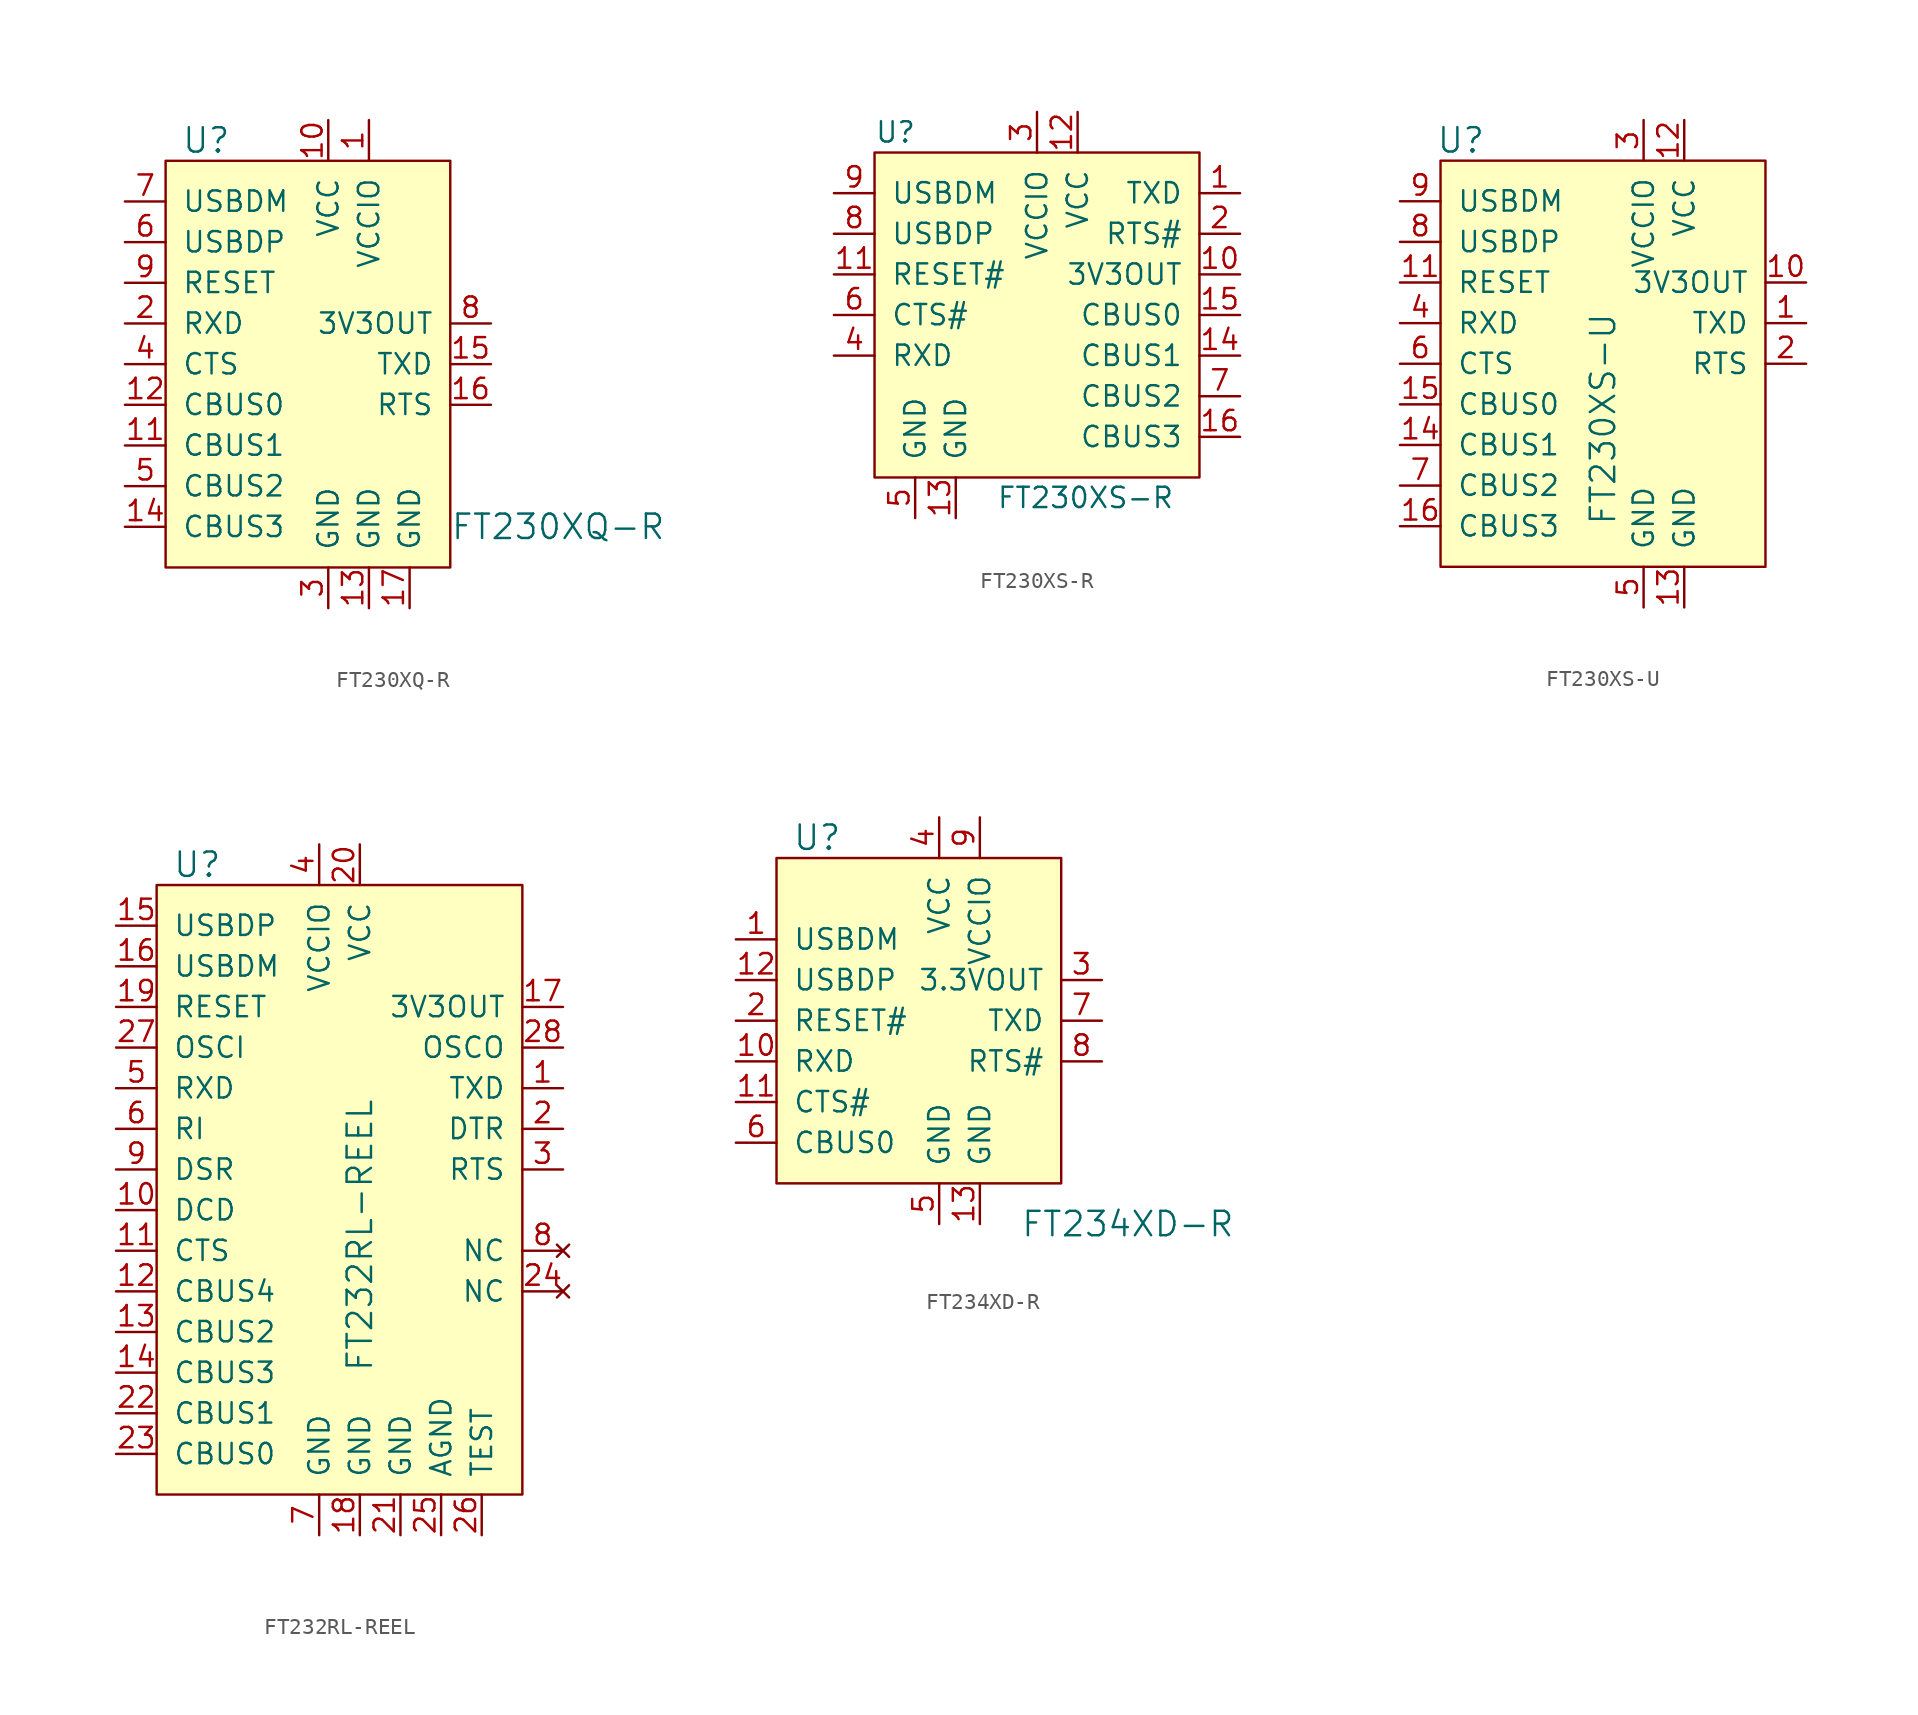
<source format=kicad_sym>
(kicad_symbol_lib
  (version 20211014)
  (generator kicad_symbol_editor)
  (symbol "FT230XQ-R"
    (pin_names
      (offset 1.016))
    (property "Reference" "U"
      (at -7.62 11.43 0)
      (effects (font (size 1.524 1.524))))
    (property "Value" "FT230XQ-R"
      (at 7.62 -12.7 0)
      (effects (font (size 1.524 1.524)) (justify left)))
    (symbol "FT230XQ-R_0_1"
      (rectangle (start -10.16 10.16) (end 7.62 -15.24) (stroke (width 0) (type default) (color 0 0 0 0)) (fill (type background))))
    (symbol "FT230XQ-R_1_1"
      (pin power_in line (at 2.54 12.7 270) (length 2.54) (name "VCCIO" (effects (font (size 1.27 1.27)))) (number "1" (effects (font (size 1.27 1.27)))))
      (pin power_in line (at 0 12.7 270) (length 2.54) (name "VCC" (effects (font (size 1.27 1.27)))) (number "10" (effects (font (size 1.27 1.27)))))
      (pin bidirectional line (at -12.7 -7.62 0) (length 2.54) (name "CBUS1" (effects (font (size 1.27 1.27)))) (number "11" (effects (font (size 1.27 1.27)))))
      (pin bidirectional line (at -12.7 -5.08 0) (length 2.54) (name "CBUS0" (effects (font (size 1.27 1.27)))) (number "12" (effects (font (size 1.27 1.27)))))
      (pin power_in line (at 2.54 -17.78 90) (length 2.54) (name "GND" (effects (font (size 1.27 1.27)))) (number "13" (effects (font (size 1.27 1.27)))))
      (pin bidirectional line (at -12.7 -12.7 0) (length 2.54) (name "CBUS3" (effects (font (size 1.27 1.27)))) (number "14" (effects (font (size 1.27 1.27)))))
      (pin output line (at 10.16 -2.54 180) (length 2.54) (name "TXD" (effects (font (size 1.27 1.27)))) (number "15" (effects (font (size 1.27 1.27)))))
      (pin output line (at 10.16 -5.08 180) (length 2.54) (name "RTS" (effects (font (size 1.27 1.27)))) (number "16" (effects (font (size 1.27 1.27)))))
      (pin power_in line (at 5.08 -17.78 90) (length 2.54) (name "GND" (effects (font (size 1.27 1.27)))) (number "17" (effects (font (size 1.27 1.27)))))
      (pin input line (at -12.7 0 0) (length 2.54) (name "RXD" (effects (font (size 1.27 1.27)))) (number "2" (effects (font (size 1.27 1.27)))))
      (pin power_in line (at 0 -17.78 90) (length 2.54) (name "GND" (effects (font (size 1.27 1.27)))) (number "3" (effects (font (size 1.27 1.27)))))
      (pin input line (at -12.7 -2.54 0) (length 2.54) (name "CTS" (effects (font (size 1.27 1.27)))) (number "4" (effects (font (size 1.27 1.27)))))
      (pin bidirectional line (at -12.7 -10.16 0) (length 2.54) (name "CBUS2" (effects (font (size 1.27 1.27)))) (number "5" (effects (font (size 1.27 1.27)))))
      (pin input line (at -12.7 5.08 0) (length 2.54) (name "USBDP" (effects (font (size 1.27 1.27)))) (number "6" (effects (font (size 1.27 1.27)))))
      (pin input line (at -12.7 7.62 0) (length 2.54) (name "USBDM" (effects (font (size 1.27 1.27)))) (number "7" (effects (font (size 1.27 1.27)))))
      (pin passive line (at 10.16 0 180) (length 2.54) (name "3V3OUT" (effects (font (size 1.27 1.27)))) (number "8" (effects (font (size 1.27 1.27)))))
      (pin input line (at -12.7 2.54 0) (length 2.54) (name "RESET" (effects (font (size 1.27 1.27)))) (number "9" (effects (font (size 1.27 1.27)))))))
  (symbol "FT230XS-R"
    (pin_names
      (offset 1.016))
    (property "Reference" "U"
      (at -10.16 8.89 0)
      (effects (font (size 1.27 1.27)) (justify left)))
    (property "Value" "FT230XS-R"
      (at -2.54 -13.97 0)
      (effects (font (size 1.27 1.27)) (justify left)))
    (symbol "FT230XS-R_0_1"
      (rectangle (start -10.16 7.62) (end 10.16 -12.7) (stroke (width 0) (type default) (color 0 0 0 0)) (fill (type background))))
    (symbol "FT230XS-R_1_1"
      (pin output line (at 12.7 5.08 180) (length 2.54) (name "TXD" (effects (font (size 1.27 1.27)))) (number "1" (effects (font (size 1.27 1.27)))))
      (pin power_out line (at 12.7 0 180) (length 2.54) (name "3V3OUT" (effects (font (size 1.27 1.27)))) (number "10" (effects (font (size 1.27 1.27)))))
      (pin input line (at -12.7 0 0) (length 2.54) (name "RESET#" (effects (font (size 1.27 1.27)))) (number "11" (effects (font (size 1.27 1.27)))))
      (pin power_in line (at 2.54 10.16 270) (length 2.54) (name "VCC" (effects (font (size 1.27 1.27)))) (number "12" (effects (font (size 1.27 1.27)))))
      (pin power_in line (at -5.08 -15.24 90) (length 2.54) (name "GND" (effects (font (size 1.27 1.27)))) (number "13" (effects (font (size 1.27 1.27)))))
      (pin bidirectional line (at 12.7 -5.08 180) (length 2.54) (name "CBUS1" (effects (font (size 1.27 1.27)))) (number "14" (effects (font (size 1.27 1.27)))))
      (pin bidirectional line (at 12.7 -2.54 180) (length 2.54) (name "CBUS0" (effects (font (size 1.27 1.27)))) (number "15" (effects (font (size 1.27 1.27)))))
      (pin bidirectional line (at 12.7 -10.16 180) (length 2.54) (name "CBUS3" (effects (font (size 1.27 1.27)))) (number "16" (effects (font (size 1.27 1.27)))))
      (pin output line (at 12.7 2.54 180) (length 2.54) (name "RTS#" (effects (font (size 1.27 1.27)))) (number "2" (effects (font (size 1.27 1.27)))))
      (pin power_in line (at 0 10.16 270) (length 2.54) (name "VCCIO" (effects (font (size 1.27 1.27)))) (number "3" (effects (font (size 1.27 1.27)))))
      (pin input line (at -12.7 -5.08 0) (length 2.54) (name "RXD" (effects (font (size 1.27 1.27)))) (number "4" (effects (font (size 1.27 1.27)))))
      (pin power_in line (at -7.62 -15.24 90) (length 2.54) (name "GND" (effects (font (size 1.27 1.27)))) (number "5" (effects (font (size 1.27 1.27)))))
      (pin input line (at -12.7 -2.54 0) (length 2.54) (name "CTS#" (effects (font (size 1.27 1.27)))) (number "6" (effects (font (size 1.27 1.27)))))
      (pin bidirectional line (at 12.7 -7.62 180) (length 2.54) (name "CBUS2" (effects (font (size 1.27 1.27)))) (number "7" (effects (font (size 1.27 1.27)))))
      (pin input line (at -12.7 2.54 0) (length 2.54) (name "USBDP" (effects (font (size 1.27 1.27)))) (number "8" (effects (font (size 1.27 1.27)))))
      (pin input line (at -12.7 5.08 0) (length 2.54) (name "USBDM" (effects (font (size 1.27 1.27)))) (number "9" (effects (font (size 1.27 1.27)))))))
  (symbol "FT230XS-U"
    (pin_names
      (offset 1.016))
    (property "Reference" "U"
      (at -6.35 8.89 0)
      (effects (font (size 1.524 1.524))))
    (property "Value" "FT230XS-U"
      (at 2.54 -15.24 90)
      (effects (font (size 1.524 1.524)) (justify left)))
    (symbol "FT230XS-U_0_1"
      (rectangle (start -7.62 7.62) (end 12.7 -17.78) (stroke (width 0) (type default) (color 0 0 0 0)) (fill (type background))))
    (symbol "FT230XS-U_1_1"
      (pin output line (at 15.24 -2.54 180) (length 2.54) (name "TXD" (effects (font (size 1.27 1.27)))) (number "1" (effects (font (size 1.27 1.27)))))
      (pin passive line (at 15.24 0 180) (length 2.54) (name "3V3OUT" (effects (font (size 1.27 1.27)))) (number "10" (effects (font (size 1.27 1.27)))))
      (pin input line (at -10.16 0 0) (length 2.54) (name "RESET" (effects (font (size 1.27 1.27)))) (number "11" (effects (font (size 1.27 1.27)))))
      (pin power_in line (at 7.62 10.16 270) (length 2.54) (name "VCC" (effects (font (size 1.27 1.27)))) (number "12" (effects (font (size 1.27 1.27)))))
      (pin power_in line (at 7.62 -20.32 90) (length 2.54) (name "GND" (effects (font (size 1.27 1.27)))) (number "13" (effects (font (size 1.27 1.27)))))
      (pin bidirectional line (at -10.16 -10.16 0) (length 2.54) (name "CBUS1" (effects (font (size 1.27 1.27)))) (number "14" (effects (font (size 1.27 1.27)))))
      (pin bidirectional line (at -10.16 -7.62 0) (length 2.54) (name "CBUS0" (effects (font (size 1.27 1.27)))) (number "15" (effects (font (size 1.27 1.27)))))
      (pin bidirectional line (at -10.16 -15.24 0) (length 2.54) (name "CBUS3" (effects (font (size 1.27 1.27)))) (number "16" (effects (font (size 1.27 1.27)))))
      (pin output line (at 15.24 -5.08 180) (length 2.54) (name "RTS" (effects (font (size 1.27 1.27)))) (number "2" (effects (font (size 1.27 1.27)))))
      (pin power_in line (at 5.08 10.16 270) (length 2.54) (name "VCCIO" (effects (font (size 1.27 1.27)))) (number "3" (effects (font (size 1.27 1.27)))))
      (pin input line (at -10.16 -2.54 0) (length 2.54) (name "RXD" (effects (font (size 1.27 1.27)))) (number "4" (effects (font (size 1.27 1.27)))))
      (pin power_in line (at 5.08 -20.32 90) (length 2.54) (name "GND" (effects (font (size 1.27 1.27)))) (number "5" (effects (font (size 1.27 1.27)))))
      (pin input line (at -10.16 -5.08 0) (length 2.54) (name "CTS" (effects (font (size 1.27 1.27)))) (number "6" (effects (font (size 1.27 1.27)))))
      (pin bidirectional line (at -10.16 -12.7 0) (length 2.54) (name "CBUS2" (effects (font (size 1.27 1.27)))) (number "7" (effects (font (size 1.27 1.27)))))
      (pin input line (at -10.16 2.54 0) (length 2.54) (name "USBDP" (effects (font (size 1.27 1.27)))) (number "8" (effects (font (size 1.27 1.27)))))
      (pin input line (at -10.16 5.08 0) (length 2.54) (name "USBDM" (effects (font (size 1.27 1.27)))) (number "9" (effects (font (size 1.27 1.27)))))))
  (symbol "FT232RL-REEL"
    (pin_names
      (offset 1.016))
    (property "Reference" "U"
      (at -12.7 11.43 0)
      (effects (font (size 1.524 1.524))))
    (property "Value" "FT232RL-REEL"
      (at -2.54 -20.32 90)
      (effects (font (size 1.524 1.524)) (justify left)))
    (symbol "FT232RL-REEL_0_1"
      (rectangle (start -15.24 10.16) (end 7.62 -27.94) (stroke (width 0) (type default) (color 0 0 0 0)) (fill (type background))))
    (symbol "FT232RL-REEL_1_1"
      (pin output line (at 10.16 -2.54 180) (length 2.54) (name "TXD" (effects (font (size 1.27 1.27)))) (number "1" (effects (font (size 1.27 1.27)))))
      (pin input line (at -17.78 -10.16 0) (length 2.54) (name "DCD" (effects (font (size 1.27 1.27)))) (number "10" (effects (font (size 1.27 1.27)))))
      (pin input line (at -17.78 -12.7 0) (length 2.54) (name "CTS" (effects (font (size 1.27 1.27)))) (number "11" (effects (font (size 1.27 1.27)))))
      (pin bidirectional line (at -17.78 -15.24 0) (length 2.54) (name "CBUS4" (effects (font (size 1.27 1.27)))) (number "12" (effects (font (size 1.27 1.27)))))
      (pin bidirectional line (at -17.78 -17.78 0) (length 2.54) (name "CBUS2" (effects (font (size 1.27 1.27)))) (number "13" (effects (font (size 1.27 1.27)))))
      (pin bidirectional line (at -17.78 -20.32 0) (length 2.54) (name "CBUS3" (effects (font (size 1.27 1.27)))) (number "14" (effects (font (size 1.27 1.27)))))
      (pin bidirectional line (at -17.78 7.62 0) (length 2.54) (name "USBDP" (effects (font (size 1.27 1.27)))) (number "15" (effects (font (size 1.27 1.27)))))
      (pin bidirectional line (at -17.78 5.08 0) (length 2.54) (name "USBDM" (effects (font (size 1.27 1.27)))) (number "16" (effects (font (size 1.27 1.27)))))
      (pin passive line (at 10.16 2.54 180) (length 2.54) (name "3V3OUT" (effects (font (size 1.27 1.27)))) (number "17" (effects (font (size 1.27 1.27)))))
      (pin power_in line (at -2.54 -30.48 90) (length 2.54) (name "GND" (effects (font (size 1.27 1.27)))) (number "18" (effects (font (size 1.27 1.27)))))
      (pin input line (at -17.78 2.54 0) (length 2.54) (name "RESET" (effects (font (size 1.27 1.27)))) (number "19" (effects (font (size 1.27 1.27)))))
      (pin output line (at 10.16 -5.08 180) (length 2.54) (name "DTR" (effects (font (size 1.27 1.27)))) (number "2" (effects (font (size 1.27 1.27)))))
      (pin power_in line (at -2.54 12.7 270) (length 2.54) (name "VCC" (effects (font (size 1.27 1.27)))) (number "20" (effects (font (size 1.27 1.27)))))
      (pin power_in line (at 0 -30.48 90) (length 2.54) (name "GND" (effects (font (size 1.27 1.27)))) (number "21" (effects (font (size 1.27 1.27)))))
      (pin bidirectional line (at -17.78 -22.86 0) (length 2.54) (name "CBUS1" (effects (font (size 1.27 1.27)))) (number "22" (effects (font (size 1.27 1.27)))))
      (pin bidirectional line (at -17.78 -25.4 0) (length 2.54) (name "CBUS0" (effects (font (size 1.27 1.27)))) (number "23" (effects (font (size 1.27 1.27)))))
      (pin no_connect line (at 10.16 -15.24 180) (length 2.54) (name "NC" (effects (font (size 1.27 1.27)))) (number "24" (effects (font (size 1.27 1.27)))))
      (pin power_in line (at 2.54 -30.48 90) (length 2.54) (name "AGND" (effects (font (size 1.27 1.27)))) (number "25" (effects (font (size 1.27 1.27)))))
      (pin power_in line (at 5.08 -30.48 90) (length 2.54) (name "TEST" (effects (font (size 1.27 1.27)))) (number "26" (effects (font (size 1.27 1.27)))))
      (pin input line (at -17.78 0 0) (length 2.54) (name "OSCI" (effects (font (size 1.27 1.27)))) (number "27" (effects (font (size 1.27 1.27)))))
      (pin output line (at 10.16 0 180) (length 2.54) (name "OSCO" (effects (font (size 1.27 1.27)))) (number "28" (effects (font (size 1.27 1.27)))))
      (pin output line (at 10.16 -7.62 180) (length 2.54) (name "RTS" (effects (font (size 1.27 1.27)))) (number "3" (effects (font (size 1.27 1.27)))))
      (pin power_in line (at -5.08 12.7 270) (length 2.54) (name "VCCIO" (effects (font (size 1.27 1.27)))) (number "4" (effects (font (size 1.27 1.27)))))
      (pin input line (at -17.78 -2.54 0) (length 2.54) (name "RXD" (effects (font (size 1.27 1.27)))) (number "5" (effects (font (size 1.27 1.27)))))
      (pin input line (at -17.78 -5.08 0) (length 2.54) (name "RI" (effects (font (size 1.27 1.27)))) (number "6" (effects (font (size 1.27 1.27)))))
      (pin power_in line (at -5.08 -30.48 90) (length 2.54) (name "GND" (effects (font (size 1.27 1.27)))) (number "7" (effects (font (size 1.27 1.27)))))
      (pin no_connect line (at 10.16 -12.7 180) (length 2.54) (name "NC" (effects (font (size 1.27 1.27)))) (number "8" (effects (font (size 1.27 1.27)))))
      (pin input line (at -17.78 -7.62 0) (length 2.54) (name "DSR" (effects (font (size 1.27 1.27)))) (number "9" (effects (font (size 1.27 1.27)))))))
  (symbol "FT234XD-R"
    (pin_names
      (offset 1.016))
    (property "Reference" "U"
      (at -5.08 8.89 0)
      (effects (font (size 1.524 1.524))))
    (property "Value" "FT234XD-R"
      (at 7.62 -15.24 0)
      (effects (font (size 1.524 1.524)) (justify left)))
    (symbol "FT234XD-R_0_1"
      (rectangle (start -7.62 7.62) (end 10.16 -12.7) (stroke (width 0) (type default) (color 0 0 0 0)) (fill (type background))))
    (symbol "FT234XD-R_1_1"
      (pin bidirectional line (at -10.16 2.54 0) (length 2.54) (name "USBDM" (effects (font (size 1.27 1.27)))) (number "1" (effects (font (size 1.27 1.27)))))
      (pin input line (at -10.16 -5.08 0) (length 2.54) (name "RXD" (effects (font (size 1.27 1.27)))) (number "10" (effects (font (size 1.27 1.27)))))
      (pin input line (at -10.16 -7.62 0) (length 2.54) (name "CTS#" (effects (font (size 1.27 1.27)))) (number "11" (effects (font (size 1.27 1.27)))))
      (pin bidirectional line (at -10.16 0 0) (length 2.54) (name "USBDP" (effects (font (size 1.27 1.27)))) (number "12" (effects (font (size 1.27 1.27)))))
      (pin power_in line (at 5.08 -15.24 90) (length 2.54) (name "GND" (effects (font (size 1.27 1.27)))) (number "13" (effects (font (size 1.27 1.27)))))
      (pin input line (at -10.16 -2.54 0) (length 2.54) (name "RESET#" (effects (font (size 1.27 1.27)))) (number "2" (effects (font (size 1.27 1.27)))))
      (pin passive line (at 12.7 0 180) (length 2.54) (name "3.3VOUT" (effects (font (size 1.27 1.27)))) (number "3" (effects (font (size 1.27 1.27)))))
      (pin power_in line (at 2.54 10.16 270) (length 2.54) (name "VCC" (effects (font (size 1.27 1.27)))) (number "4" (effects (font (size 1.27 1.27)))))
      (pin power_in line (at 2.54 -15.24 90) (length 2.54) (name "GND" (effects (font (size 1.27 1.27)))) (number "5" (effects (font (size 1.27 1.27)))))
      (pin bidirectional line (at -10.16 -10.16 0) (length 2.54) (name "CBUS0" (effects (font (size 1.27 1.27)))) (number "6" (effects (font (size 1.27 1.27)))))
      (pin output line (at 12.7 -2.54 180) (length 2.54) (name "TXD" (effects (font (size 1.27 1.27)))) (number "7" (effects (font (size 1.27 1.27)))))
      (pin output line (at 12.7 -5.08 180) (length 2.54) (name "RTS#" (effects (font (size 1.27 1.27)))) (number "8" (effects (font (size 1.27 1.27)))))
      (pin power_in line (at 5.08 10.16 270) (length 2.54) (name "VCCIO" (effects (font (size 1.27 1.27)))) (number "9" (effects (font (size 1.27 1.27))))))))
</source>
